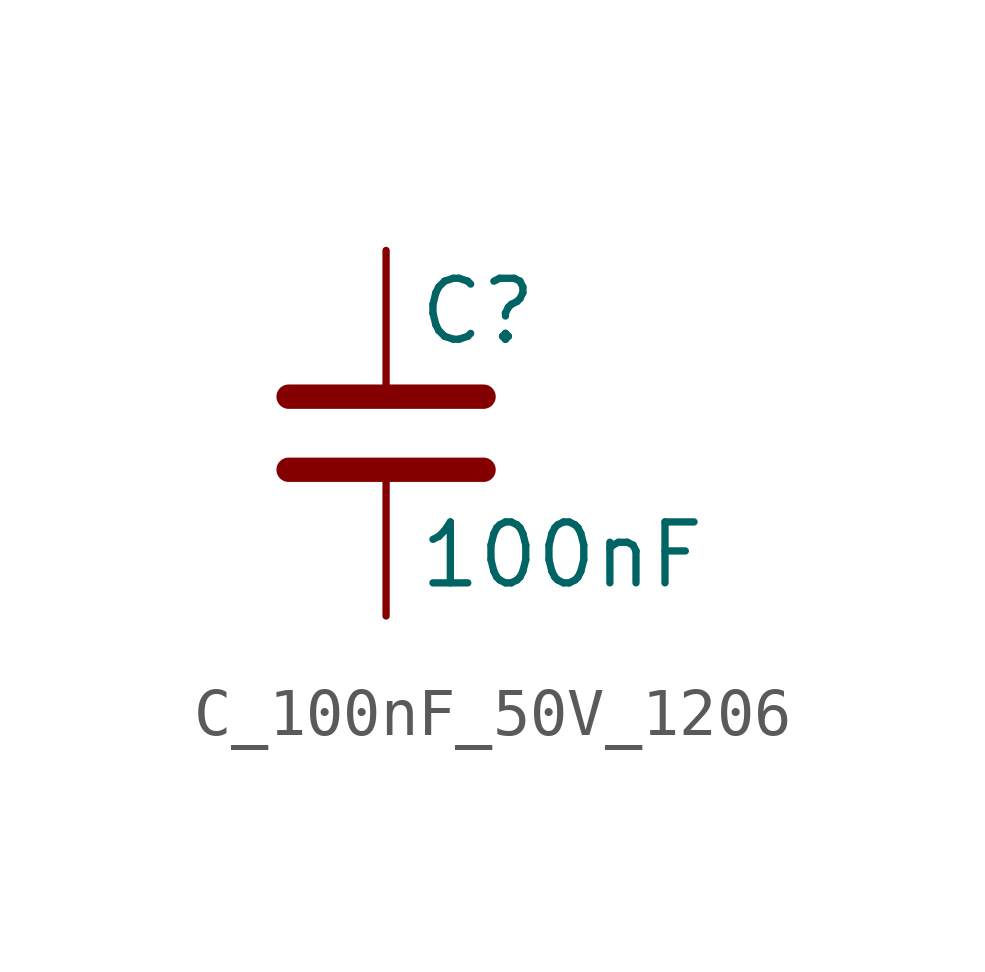
<source format=kicad_sym>
(kicad_symbol_lib
  (version 20231120)
  (generator "kicad_symbol_editor")
  (generator_version "8.0")
  (symbol "C_100nF_50V_1206"
    (pin_numbers hide)
    (pin_names
      (offset 0.254))
    (property "Reference" "C"
      (at 0.635 2.54 0)
      (effects (font (size 1.27 1.27)) (justify left)))
    (property "Value" "100nF"
      (at 0.635 -2.54 0)
      (effects (font (size 1.27 1.27)) (justify left)))
    (symbol "C_100nF_50V_1206_0_1"
      (polyline (pts (xy -2.032 -0.762) (xy 2.032 -0.762)) (stroke (width 0.508) (type default)) (fill (type none)))
      (polyline (pts (xy -2.032 0.762) (xy 2.032 0.762)) (stroke (width 0.508) (type default)) (fill (type none))))
    (symbol "C_100nF_50V_1206_1_1"
      (pin passive line (at 0 3.81 270) (length 2.794) (name "~" (effects (font (size 1.27 1.27)))) (number "1" (effects (font (size 1.27 1.27)))))
      (pin passive line (at 0 -3.81 90) (length 2.794) (name "~" (effects (font (size 1.27 1.27)))) (number "2" (effects (font (size 1.27 1.27))))))))
</source>
